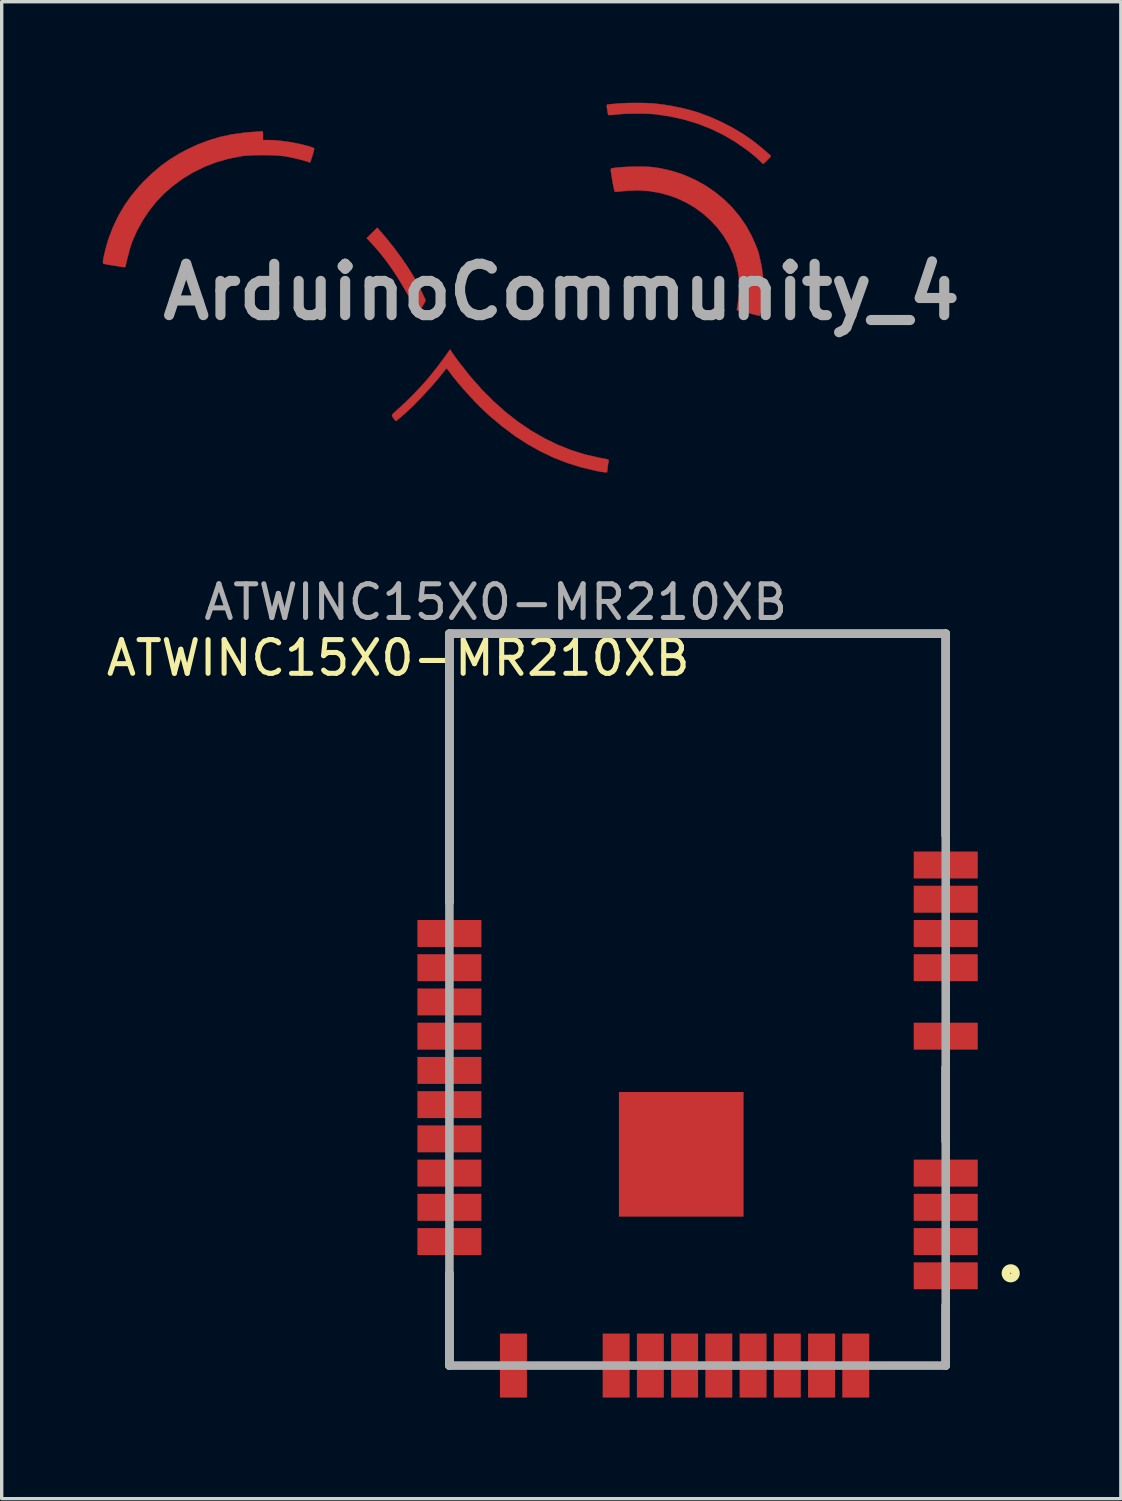
<source format=kicad_pcb>
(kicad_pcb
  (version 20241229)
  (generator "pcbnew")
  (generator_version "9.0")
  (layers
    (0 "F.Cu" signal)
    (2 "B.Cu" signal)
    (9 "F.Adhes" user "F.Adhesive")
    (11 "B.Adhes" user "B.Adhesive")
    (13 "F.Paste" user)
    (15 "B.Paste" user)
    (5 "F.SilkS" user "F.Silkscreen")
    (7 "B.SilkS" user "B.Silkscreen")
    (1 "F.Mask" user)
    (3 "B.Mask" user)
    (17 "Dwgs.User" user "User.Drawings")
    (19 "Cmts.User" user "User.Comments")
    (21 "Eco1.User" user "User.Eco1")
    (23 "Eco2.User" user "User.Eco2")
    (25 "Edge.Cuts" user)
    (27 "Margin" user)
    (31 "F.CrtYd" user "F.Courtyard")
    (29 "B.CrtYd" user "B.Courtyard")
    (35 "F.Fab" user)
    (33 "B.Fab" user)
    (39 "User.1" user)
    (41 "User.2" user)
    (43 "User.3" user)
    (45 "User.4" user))
  (footprint "ATWINC15X0-MR210XB"
    (layer "F.Cu")
    (at 25.018 37.478)
    (property "Reference" "ATWINC15X0-MR210XB" (at -16.25 -21 0) (layer "F.SilkS") (effects (font (size 1 1) (thickness 0.15))))
    (attr smd)
    (fp_line (start -14.73 -21.72) (end -14.73 -13.75) (stroke (width 0.254) (type solid)) (layer "F.SilkS"))
    (fp_line (start -14.73 0) (end -14.73 -2.738) (stroke (width 0.254) (type solid)) (layer "F.SilkS"))
    (fp_line (start 0 -21.72) (end -14.73 -21.72) (stroke (width 0.254) (type solid)) (layer "F.SilkS"))
    (fp_line (start 0 -21.72) (end 0 -15.738) (stroke (width 0.254) (type solid)) (layer "F.SilkS"))
    (fp_line (start 0 -8.849) (end 0 -6.659) (stroke (width 0.254) (type solid)) (layer "F.SilkS"))
    (fp_line (start 0 0) (end 0 -1.785) (stroke (width 0.254) (type solid)) (layer "F.SilkS"))
    (fp_circle (center 1.928 -2.738) (end 1.928 -2.596) (stroke (width 0.254) (type solid)) (fill no) (layer "F.SilkS"))
    (fp_line (start -14.73 -21.72) (end 0 -21.72) (stroke (width 0.254) (type solid)) (layer "F.Fab"))
    (fp_line (start -14.73 0) (end -14.73 -21.72) (stroke (width 0.254) (type solid)) (layer "F.Fab"))
    (fp_line (start 0 -21.72) (end 0 0) (stroke (width 0.254) (type solid)) (layer "F.Fab"))
    (fp_line (start 0 0) (end -14.73 0) (stroke (width 0.254) (type solid)) (layer "F.Fab"))
    (fp_text user "${REFERENCE}" (at -13.357 -22.657 0) (layer "F.Fab") (effects (font (size 1 1) (thickness 0.15))))
    (pad "1" smd rect (at 0 -2.664 90) (size 0.8 1.9) (layers "F.Cu" "F.Mask" "F.Paste"))
    (pad "2" smd rect (at 0 -3.68 90) (size 0.8 1.9) (layers "F.Cu" "F.Mask" "F.Paste"))
    (pad "3" smd rect (at 0 -4.696 90) (size 0.8 1.9) (layers "F.Cu" "F.Mask" "F.Paste"))
    (pad "4" smd rect (at 0 -5.712 90) (size 0.8 1.9) (layers "F.Cu" "F.Mask" "F.Paste"))
    (pad "5" smd rect (at 0 -9.776 90) (size 0.8 1.9) (layers "F.Cu" "F.Mask" "F.Paste"))
    (pad "6" smd rect (at 0 -11.808 90) (size 0.8 1.9) (layers "F.Cu" "F.Mask" "F.Paste"))
    (pad "7" smd rect (at 0 -12.824 90) (size 0.8 1.9) (layers "F.Cu" "F.Mask" "F.Paste"))
    (pad "8" smd rect (at 0 -13.84 90) (size 0.8 1.9) (layers "F.Cu" "F.Mask" "F.Paste"))
    (pad "9" smd rect (at 0 -14.856 90) (size 0.8 1.9) (layers "F.Cu" "F.Mask" "F.Paste"))
    (pad "10" smd rect (at -14.73 -12.824 90) (size 0.8 1.9) (layers "F.Cu" "F.Mask" "F.Paste"))
    (pad "11" smd rect (at -14.73 -11.808 90) (size 0.8 1.9) (layers "F.Cu" "F.Mask" "F.Paste"))
    (pad "12" smd rect (at -14.73 -10.792 90) (size 0.8 1.9) (layers "F.Cu" "F.Mask" "F.Paste"))
    (pad "13" smd rect (at -14.73 -9.776 90) (size 0.8 1.9) (layers "F.Cu" "F.Mask" "F.Paste"))
    (pad "14" smd rect (at -14.73 -8.76 90) (size 0.8 1.9) (layers "F.Cu" "F.Mask" "F.Paste"))
    (pad "15" smd rect (at -14.73 -7.744 90) (size 0.8 1.9) (layers "F.Cu" "F.Mask" "F.Paste"))
    (pad "16" smd rect (at -14.73 -6.728 90) (size 0.8 1.9) (layers "F.Cu" "F.Mask" "F.Paste"))
    (pad "17" smd rect (at -14.73 -5.712 90) (size 0.8 1.9) (layers "F.Cu" "F.Mask" "F.Paste"))
    (pad "18" smd rect (at -14.73 -4.696 90) (size 0.8 1.9) (layers "F.Cu" "F.Mask" "F.Paste"))
    (pad "19" smd rect (at -14.73 -3.68 90) (size 0.8 1.9) (layers "F.Cu" "F.Mask" "F.Paste"))
    (pad "20" smd rect (at -12.83 0) (size 0.8 1.9) (layers "F.Cu" "F.Mask" "F.Paste"))
    (pad "21" smd rect (at -9.782 0) (size 0.8 1.9) (layers "F.Cu" "F.Mask" "F.Paste"))
    (pad "22" smd rect (at -8.766 0) (size 0.8 1.9) (layers "F.Cu" "F.Mask" "F.Paste"))
    (pad "23" smd rect (at -7.75 0) (size 0.8 1.9) (layers "F.Cu" "F.Mask" "F.Paste"))
    (pad "24" smd rect (at -6.734 0) (size 0.8 1.9) (layers "F.Cu" "F.Mask" "F.Paste"))
    (pad "25" smd rect (at -5.718 0) (size 0.8 1.9) (layers "F.Cu" "F.Mask" "F.Paste"))
    (pad "26" smd rect (at -4.702 0) (size 0.8 1.9) (layers "F.Cu" "F.Mask" "F.Paste"))
    (pad "27" smd rect (at -3.686 0) (size 0.8 1.9) (layers "F.Cu" "F.Mask" "F.Paste"))
    (pad "28" smd rect (at -2.67 0) (size 0.8 1.9) (layers "F.Cu" "F.Mask" "F.Paste"))
    (pad "29" smd rect (at -7.85 -6.27 90) (size 3.7 3.7) (layers "F.Cu" "F.Mask" "F.Paste")))
  (footprint "ArduinoCommunity_4"
    (layer "F.Cu")
    (at 13.616 5.613)
    (property "Reference" "ArduinoCommunity_4" (at 0 0 0) (layer "F.Fab") (effects (font (size 1.524 1.524) (thickness 0.3))))
    (attr through_hole)
    (fp_poly (pts (xy -5.402 -1.83) (xy -5.189 -1.581) (xy -4.984 -1.325) (xy -4.792 -1.067) (xy -4.614 -0.811) (xy -4.453 -0.562) (xy -4.313 -0.323) (xy -4.196 -0.099) (xy -4.167 -0.038) (xy -4.131 0.039) (xy -4.097 0.111) (xy -4.07 0.168) (xy -4.055 0.199) (xy -4.043 0.225) (xy -4.039 0.248) (xy -4.045 0.274) (xy -4.063 0.312) (xy -4.095 0.37) (xy -4.109 0.394) (xy -4.156 0.473) (xy -4.188 0.528) (xy -4.21 0.563) (xy -4.226 0.583) (xy -4.237 0.591) (xy -4.248 0.593) (xy -4.253 0.593) (xy -4.273 0.579) (xy -4.302 0.542) (xy -4.336 0.488) (xy -4.346 0.47) (xy -4.39 0.391) (xy -4.439 0.303) (xy -4.48 0.229) (xy -4.647 -0.066) (xy -4.807 -0.333) (xy -4.962 -0.577) (xy -5.117 -0.802) (xy -5.274 -1.012) (xy -5.437 -1.213) (xy -5.608 -1.408) (xy -5.675 -1.481) (xy -5.784 -1.597) (xy -5.626 -1.752) (xy -5.469 -1.906) (xy -5.402 -1.83)) (stroke (width 0.01) (type solid)) (fill yes) (layer "F.Cu"))
    (fp_poly (pts (xy 2.403 -5.606) (xy 2.553 -5.602) (xy 2.684 -5.596) (xy 2.745 -5.591) (xy 3.007 -5.561) (xy 3.283 -5.516) (xy 3.558 -5.46) (xy 3.824 -5.394) (xy 4.058 -5.324) (xy 4.401 -5.197) (xy 4.744 -5.045) (xy 5.078 -4.871) (xy 5.396 -4.681) (xy 5.643 -4.511) (xy 5.705 -4.463) (xy 5.778 -4.406) (xy 5.857 -4.343) (xy 5.937 -4.277) (xy 6.015 -4.212) (xy 6.085 -4.151) (xy 6.144 -4.099) (xy 6.187 -4.059) (xy 6.211 -4.035) (xy 6.213 -4.03) (xy 6.2 -4.011) (xy 6.17 -3.977) (xy 6.129 -3.934) (xy 6.083 -3.888) (xy 6.04 -3.846) (xy 6.005 -3.814) (xy 5.986 -3.799) (xy 5.984 -3.799) (xy 5.968 -3.811) (xy 5.934 -3.842) (xy 5.887 -3.887) (xy 5.854 -3.919) (xy 5.799 -3.971) (xy 5.724 -4.035) (xy 5.638 -4.106) (xy 5.547 -4.178) (xy 5.495 -4.217) (xy 5.147 -4.458) (xy 4.787 -4.668) (xy 4.414 -4.848) (xy 4.026 -4.998) (xy 3.622 -5.119) (xy 3.202 -5.211) (xy 2.787 -5.272) (xy 2.682 -5.281) (xy 2.55 -5.287) (xy 2.401 -5.291) (xy 2.243 -5.292) (xy 2.083 -5.291) (xy 1.93 -5.287) (xy 1.791 -5.28) (xy 1.678 -5.271) (xy 1.593 -5.262) (xy 1.516 -5.255) (xy 1.458 -5.25) (xy 1.424 -5.247) (xy 1.424 -5.247) (xy 1.402 -5.248) (xy 1.387 -5.259) (xy 1.377 -5.286) (xy 1.367 -5.336) (xy 1.361 -5.371) (xy 1.348 -5.455) (xy 1.341 -5.51) (xy 1.343 -5.543) (xy 1.353 -5.56) (xy 1.375 -5.567) (xy 1.409 -5.569) (xy 1.411 -5.569) (xy 1.457 -5.571) (xy 1.527 -5.577) (xy 1.61 -5.584) (xy 1.678 -5.59) (xy 1.79 -5.598) (xy 1.928 -5.604) (xy 2.082 -5.607) (xy 2.243 -5.608) (xy 2.403 -5.606)) (stroke (width 0.01) (type solid)) (fill yes) (layer "F.Cu"))
    (fp_poly (pts (xy -3.292 1.725) (xy -3.275 1.758) (xy -3.275 1.758) (xy -3.259 1.785) (xy -3.225 1.834) (xy -3.178 1.901) (xy -3.12 1.981) (xy -3.055 2.069) (xy -3.029 2.104) (xy -2.704 2.515) (xy -2.367 2.896) (xy -2.018 3.246) (xy -1.659 3.566) (xy -1.29 3.855) (xy -0.91 4.113) (xy -0.521 4.339) (xy -0.123 4.533) (xy 0.284 4.696) (xy 0.698 4.826) (xy 1.12 4.923) (xy 1.227 4.942) (xy 1.308 4.957) (xy 1.361 4.969) (xy 1.39 4.98) (xy 1.399 4.992) (xy 1.399 4.998) (xy 1.394 5.025) (xy 1.386 5.078) (xy 1.376 5.146) (xy 1.371 5.189) (xy 1.35 5.355) (xy 1.289 5.353) (xy 1.248 5.349) (xy 1.183 5.34) (xy 1.104 5.326) (xy 1.034 5.312) (xy 0.601 5.21) (xy 0.182 5.08) (xy -0.225 4.923) (xy -0.62 4.736) (xy -1.007 4.519) (xy -1.387 4.272) (xy -1.761 3.993) (xy -2.132 3.681) (xy -2.233 3.589) (xy -2.397 3.433) (xy -2.571 3.257) (xy -2.748 3.068) (xy -2.923 2.872) (xy -3.089 2.678) (xy -3.238 2.493) (xy -3.337 2.362) (xy -3.413 2.26) (xy -3.544 2.428) (xy -3.657 2.569) (xy -3.787 2.721) (xy -3.928 2.88) (xy -4.076 3.041) (xy -4.228 3.2) (xy -4.377 3.352) (xy -4.521 3.492) (xy -4.653 3.615) (xy -4.771 3.717) (xy -4.793 3.735) (xy -4.917 3.836) (xy -4.974 3.769) (xy -5.007 3.724) (xy -5.028 3.683) (xy -5.032 3.666) (xy -5.021 3.639) (xy -4.985 3.597) (xy -4.924 3.54) (xy -4.876 3.498) (xy -4.78 3.413) (xy -4.668 3.308) (xy -4.545 3.19) (xy -4.418 3.062) (xy -4.292 2.933) (xy -4.173 2.806) (xy -4.066 2.689) (xy -4.01 2.624) (xy -3.91 2.504) (xy -3.802 2.371) (xy -3.692 2.231) (xy -3.587 2.093) (xy -3.491 1.964) (xy -3.411 1.851) (xy -3.399 1.834) (xy -3.36 1.779) (xy -3.329 1.737) (xy -3.309 1.714) (xy -3.305 1.711) (xy -3.292 1.725)) (stroke (width 0.01) (type solid)) (fill yes) (layer "F.Cu"))
    (fp_poly (pts (xy 2.385 -3.718) (xy 2.509 -3.715) (xy 2.621 -3.709) (xy 2.652 -3.707) (xy 2.857 -3.681) (xy 3.078 -3.638) (xy 3.307 -3.58) (xy 3.531 -3.51) (xy 3.66 -3.462) (xy 3.979 -3.32) (xy 4.281 -3.151) (xy 4.565 -2.956) (xy 4.829 -2.738) (xy 5.07 -2.499) (xy 5.286 -2.24) (xy 5.477 -1.962) (xy 5.64 -1.669) (xy 5.77 -1.373) (xy 5.795 -1.304) (xy 5.818 -1.245) (xy 5.834 -1.204) (xy 5.837 -1.195) (xy 5.85 -1.155) (xy 5.854 -1.135) (xy 5.859 -1.108) (xy 5.871 -1.057) (xy 5.887 -0.992) (xy 5.895 -0.96) (xy 5.946 -0.708) (xy 5.979 -0.444) (xy 5.993 -0.179) (xy 5.986 0.075) (xy 5.983 0.119) (xy 5.972 0.227) (xy 5.958 0.335) (xy 5.943 0.439) (xy 5.926 0.533) (xy 5.91 0.612) (xy 5.894 0.671) (xy 5.881 0.704) (xy 5.874 0.71) (xy 5.852 0.705) (xy 5.803 0.693) (xy 5.732 0.675) (xy 5.643 0.653) (xy 5.544 0.627) (xy 5.527 0.622) (xy 5.199 0.536) (xy 5.21 0.484) (xy 5.258 0.183) (xy 5.278 -0.103) (xy 5.268 -0.38) (xy 5.23 -0.651) (xy 5.185 -0.847) (xy 5.09 -1.13) (xy 4.965 -1.401) (xy 4.811 -1.658) (xy 4.632 -1.898) (xy 4.427 -2.12) (xy 4.201 -2.322) (xy 3.954 -2.502) (xy 3.688 -2.658) (xy 3.406 -2.787) (xy 3.202 -2.86) (xy 2.895 -2.943) (xy 2.589 -2.994) (xy 2.279 -3.014) (xy 1.96 -3.004) (xy 1.815 -2.99) (xy 1.731 -2.981) (xy 1.66 -2.975) (xy 1.607 -2.972) (xy 1.58 -2.973) (xy 1.578 -2.974) (xy 1.571 -2.994) (xy 1.56 -3.039) (xy 1.546 -3.101) (xy 1.531 -3.172) (xy 1.518 -3.243) (xy 1.507 -3.307) (xy 1.502 -3.338) (xy 1.497 -3.375) (xy 1.487 -3.434) (xy 1.476 -3.502) (xy 1.475 -3.512) (xy 1.465 -3.575) (xy 1.461 -3.625) (xy 1.461 -3.651) (xy 1.462 -3.654) (xy 1.491 -3.666) (xy 1.55 -3.678) (xy 1.633 -3.689) (xy 1.736 -3.698) (xy 1.854 -3.706) (xy 1.982 -3.712) (xy 2.117 -3.716) (xy 2.253 -3.718) (xy 2.385 -3.718)) (stroke (width 0.01) (type solid)) (fill yes) (layer "F.Cu"))
    (fp_poly (pts (xy -8.877 -4.768) (xy -8.868 -4.755) (xy -8.863 -4.723) (xy -8.862 -4.664) (xy -8.862 -4.641) (xy -8.862 -4.507) (xy -8.712 -4.507) (xy -8.528 -4.501) (xy -8.321 -4.482) (xy -8.099 -4.452) (xy -7.964 -4.429) (xy -7.839 -4.405) (xy -7.719 -4.378) (xy -7.608 -4.351) (xy -7.51 -4.325) (xy -7.43 -4.3) (xy -7.373 -4.278) (xy -7.344 -4.261) (xy -7.341 -4.257) (xy -7.343 -4.233) (xy -7.353 -4.186) (xy -7.37 -4.124) (xy -7.391 -4.053) (xy -7.413 -3.981) (xy -7.436 -3.916) (xy -7.455 -3.864) (xy -7.47 -3.834) (xy -7.475 -3.829) (xy -7.491 -3.842) (xy -7.492 -3.846) (xy -7.511 -3.857) (xy -7.557 -3.873) (xy -7.625 -3.893) (xy -7.711 -3.916) (xy -7.808 -3.94) (xy -7.911 -3.964) (xy -8.014 -3.987) (xy -8.113 -4.007) (xy -8.202 -4.023) (xy -8.227 -4.027) (xy -8.343 -4.04) (xy -8.485 -4.051) (xy -8.645 -4.057) (xy -8.815 -4.06) (xy -8.988 -4.059) (xy -9.155 -4.055) (xy -9.309 -4.047) (xy -9.443 -4.036) (xy -9.514 -4.026) (xy -9.891 -3.951) (xy -10.254 -3.846) (xy -10.604 -3.71) (xy -10.938 -3.546) (xy -11.255 -3.353) (xy -11.553 -3.132) (xy -11.808 -2.907) (xy -12.036 -2.667) (xy -12.246 -2.401) (xy -12.435 -2.116) (xy -12.599 -1.817) (xy -12.734 -1.51) (xy -12.751 -1.466) (xy -12.779 -1.384) (xy -12.811 -1.278) (xy -12.845 -1.158) (xy -12.878 -1.033) (xy -12.907 -0.912) (xy -12.931 -0.806) (xy -12.937 -0.775) (xy -12.95 -0.742) (xy -12.967 -0.731) (xy -12.991 -0.734) (xy -13.042 -0.742) (xy -13.11 -0.752) (xy -13.183 -0.764) (xy -13.284 -0.78) (xy -13.36 -0.792) (xy -13.421 -0.802) (xy -13.474 -0.812) (xy -13.53 -0.823) (xy -13.547 -0.826) (xy -13.59 -0.837) (xy -13.609 -0.853) (xy -13.611 -0.885) (xy -13.61 -0.907) (xy -13.602 -0.967) (xy -13.585 -1.051) (xy -13.562 -1.153) (xy -13.534 -1.265) (xy -13.504 -1.38) (xy -13.472 -1.489) (xy -13.441 -1.586) (xy -13.436 -1.601) (xy -13.303 -1.946) (xy -13.147 -2.269) (xy -12.967 -2.575) (xy -12.76 -2.867) (xy -12.522 -3.149) (xy -12.395 -3.285) (xy -12.145 -3.526) (xy -11.892 -3.74) (xy -11.628 -3.93) (xy -11.346 -4.103) (xy -11.16 -4.203) (xy -10.819 -4.365) (xy -10.478 -4.496) (xy -10.134 -4.599) (xy -9.779 -4.675) (xy -9.408 -4.726) (xy -9.2 -4.744) (xy -9.105 -4.75) (xy -9.019 -4.757) (xy -8.951 -4.763) (xy -8.906 -4.767) (xy -8.892 -4.769) (xy -8.877 -4.768)) (stroke (width 0.01) (type solid)) (fill yes) (layer "F.Cu")))
  (gr_rect
    (start -3 -3)
    (end 30.215 41.428)
    (stroke (width 0.1) (type default))
    (fill no)
    (layer "Edge.Cuts")))
</source>
